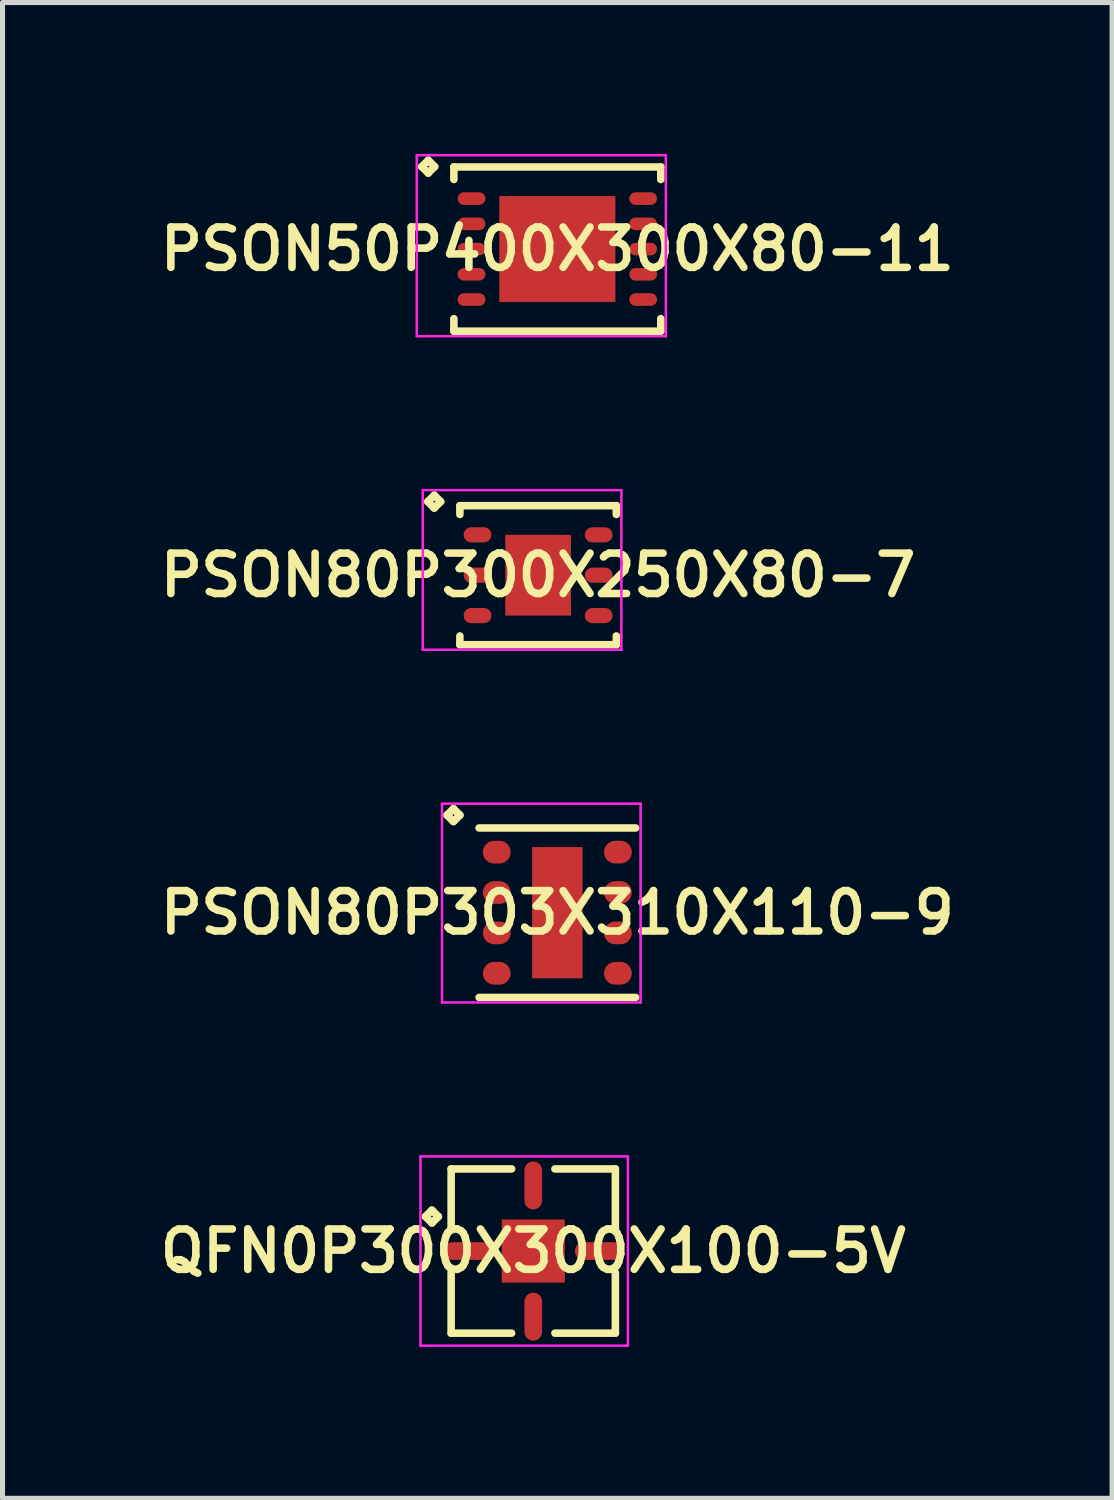
<source format=kicad_pcb>
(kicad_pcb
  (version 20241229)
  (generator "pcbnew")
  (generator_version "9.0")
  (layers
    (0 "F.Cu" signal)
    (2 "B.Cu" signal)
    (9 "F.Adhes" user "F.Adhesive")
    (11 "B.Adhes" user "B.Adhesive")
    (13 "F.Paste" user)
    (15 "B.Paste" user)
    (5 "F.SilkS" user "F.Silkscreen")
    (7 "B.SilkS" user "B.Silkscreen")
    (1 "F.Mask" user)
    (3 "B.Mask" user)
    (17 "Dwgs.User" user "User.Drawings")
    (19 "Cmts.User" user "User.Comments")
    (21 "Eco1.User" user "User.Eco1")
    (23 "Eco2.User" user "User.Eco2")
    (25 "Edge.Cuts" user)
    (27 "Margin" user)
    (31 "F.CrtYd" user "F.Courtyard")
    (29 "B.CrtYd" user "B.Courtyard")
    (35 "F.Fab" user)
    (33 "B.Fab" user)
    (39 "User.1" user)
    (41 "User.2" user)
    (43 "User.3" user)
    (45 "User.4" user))
  (footprint "PSON80P300X250X80-7"
    (layer "F.Cu")
    (at 7.612 8.347)
    (property "Reference" "PSON80P300X250X80-7" (at 0 0 0) (layer "F.SilkS") (effects (font (size 0.8 0.8) (thickness 0.15))))
    (attr smd)
    (fp_line (start -2.185 -1.458) (end -2.058 -1.585) (stroke (width 0.15) (type solid)) (layer "F.SilkS"))
    (fp_line (start -2.058 -1.585) (end -1.931 -1.458) (stroke (width 0.15) (type solid)) (layer "F.SilkS"))
    (fp_line (start -2.058 -1.331) (end -2.185 -1.458) (stroke (width 0.15) (type solid)) (layer "F.SilkS"))
    (fp_line (start -1.931 -1.458) (end -2.058 -1.331) (stroke (width 0.15) (type solid)) (layer "F.SilkS"))
    (fp_line (start -1.55 -1.377) (end 1.55 -1.377) (stroke (width 0.15) (type solid)) (layer "F.SilkS"))
    (fp_line (start -1.55 -1.204) (end -1.55 -1.377) (stroke (width 0.15) (type solid)) (layer "F.SilkS"))
    (fp_line (start -1.55 1.204) (end -1.55 1.377) (stroke (width 0.15) (type solid)) (layer "F.SilkS"))
    (fp_line (start -1.55 1.377) (end 1.55 1.377) (stroke (width 0.15) (type solid)) (layer "F.SilkS"))
    (fp_line (start 1.55 -1.377) (end 1.55 -1.204) (stroke (width 0.15) (type solid)) (layer "F.SilkS"))
    (fp_line (start 1.55 1.377) (end 1.55 1.204) (stroke (width 0.15) (type solid)) (layer "F.SilkS"))
    (fp_line (start -2.285 -1.685) (end 1.65 -1.685) (stroke (width 0.05) (type solid)) (layer "F.CrtYd"))
    (fp_line (start -2.285 1.477) (end -2.285 -1.685) (stroke (width 0.05) (type solid)) (layer "F.CrtYd"))
    (fp_line (start 1.65 -1.685) (end 1.65 1.477) (stroke (width 0.05) (type solid)) (layer "F.CrtYd"))
    (fp_line (start 1.65 1.477) (end -2.285 1.477) (stroke (width 0.05) (type solid)) (layer "F.CrtYd"))
    (pad "1" smd oval (at -1.2 -0.8) (size 0.55 0.3) (layers "F.Cu" "F.Mask" "F.Paste"))
    (pad "2" smd oval (at -1.2 0) (size 0.55 0.3) (layers "F.Cu" "F.Mask" "F.Paste"))
    (pad "3" smd oval (at -1.2 0.8) (size 0.55 0.3) (layers "F.Cu" "F.Mask" "F.Paste"))
    (pad "4" smd oval (at 1.2 0.8) (size 0.55 0.3) (layers "F.Cu" "F.Mask" "F.Paste"))
    (pad "5" smd oval (at 1.2 0) (size 0.55 0.3) (layers "F.Cu" "F.Mask" "F.Paste"))
    (pad "6" smd oval (at 1.2 -0.8) (size 0.55 0.3) (layers "F.Cu" "F.Mask" "F.Paste"))
    (pad "7" smd rect (at 0 0) (size 1.3 1.6) (layers "F.Cu" "F.Mask" "F.Paste")))
  (footprint "PSON50P400X300X80-11"
    (layer "F.Cu")
    (at 7.993 1.885)
    (property "Reference" "PSON50P400X300X80-11" (at 0 0 0) (layer "F.SilkS") (effects (font (size 0.8 0.8) (thickness 0.15))))
    (attr smd)
    (fp_line (start -2.685 -1.633) (end -2.558 -1.76) (stroke (width 0.15) (type solid)) (layer "F.SilkS"))
    (fp_line (start -2.558 -1.76) (end -2.431 -1.633) (stroke (width 0.15) (type solid)) (layer "F.SilkS"))
    (fp_line (start -2.558 -1.506) (end -2.685 -1.633) (stroke (width 0.15) (type solid)) (layer "F.SilkS"))
    (fp_line (start -2.431 -1.633) (end -2.558 -1.506) (stroke (width 0.15) (type solid)) (layer "F.SilkS"))
    (fp_line (start -2.05 -1.627) (end 2.05 -1.627) (stroke (width 0.15) (type solid)) (layer "F.SilkS"))
    (fp_line (start -2.05 -1.379) (end -2.05 -1.627) (stroke (width 0.15) (type solid)) (layer "F.SilkS"))
    (fp_line (start -2.05 1.379) (end -2.05 1.627) (stroke (width 0.15) (type solid)) (layer "F.SilkS"))
    (fp_line (start -2.05 1.627) (end 2.05 1.627) (stroke (width 0.15) (type solid)) (layer "F.SilkS"))
    (fp_line (start 2.05 -1.627) (end 2.05 -1.379) (stroke (width 0.15) (type solid)) (layer "F.SilkS"))
    (fp_line (start 2.05 1.627) (end 2.05 1.379) (stroke (width 0.15) (type solid)) (layer "F.SilkS"))
    (fp_line (start -2.785 -1.86) (end 2.15 -1.86) (stroke (width 0.05) (type solid)) (layer "F.CrtYd"))
    (fp_line (start -2.785 1.727) (end -2.785 -1.86) (stroke (width 0.05) (type solid)) (layer "F.CrtYd"))
    (fp_line (start 2.15 -1.86) (end 2.15 1.727) (stroke (width 0.05) (type solid)) (layer "F.CrtYd"))
    (fp_line (start 2.15 1.727) (end -2.785 1.727) (stroke (width 0.05) (type solid)) (layer "F.CrtYd"))
    (pad "1" smd oval (at -1.7 -1) (size 0.55 0.25) (layers "F.Cu" "F.Mask" "F.Paste"))
    (pad "2" smd oval (at -1.7 -0.5) (size 0.55 0.25) (layers "F.Cu" "F.Mask" "F.Paste"))
    (pad "3" smd oval (at -1.7 0) (size 0.55 0.25) (layers "F.Cu" "F.Mask" "F.Paste"))
    (pad "4" smd oval (at -1.7 0.5) (size 0.55 0.25) (layers "F.Cu" "F.Mask" "F.Paste"))
    (pad "5" smd oval (at -1.7 1) (size 0.55 0.25) (layers "F.Cu" "F.Mask" "F.Paste"))
    (pad "6" smd oval (at 1.7 1) (size 0.55 0.25) (layers "F.Cu" "F.Mask" "F.Paste"))
    (pad "7" smd oval (at 1.7 0.5) (size 0.55 0.25) (layers "F.Cu" "F.Mask" "F.Paste"))
    (pad "8" smd oval (at 1.7 0) (size 0.55 0.25) (layers "F.Cu" "F.Mask" "F.Paste"))
    (pad "9" smd oval (at 1.7 -0.5) (size 0.55 0.25) (layers "F.Cu" "F.Mask" "F.Paste"))
    (pad "10" smd oval (at 1.7 -1) (size 0.55 0.25) (layers "F.Cu" "F.Mask" "F.Paste"))
    (pad "11" smd rect (at 0 0) (size 2.3 2.1) (layers "F.Cu" "F.Mask" "F.Paste")))
  (footprint "QFN0P300X300X100-5V"
    (layer "F.Cu")
    (at 7.516 21.738)
    (property "Reference" "QFN0P300X300X100-5V" (at 0 0 0) (layer "F.SilkS") (effects (font (size 0.8 0.8) (thickness 0.15))))
    (attr smd)
    (fp_line (start -2.135 -0.683) (end -2.008 -0.81) (stroke (width 0.15) (type solid)) (layer "F.SilkS"))
    (fp_line (start -2.008 -0.81) (end -1.881 -0.683) (stroke (width 0.15) (type solid)) (layer "F.SilkS"))
    (fp_line (start -2.008 -0.556) (end -2.135 -0.683) (stroke (width 0.15) (type solid)) (layer "F.SilkS"))
    (fp_line (start -1.881 -0.683) (end -2.008 -0.556) (stroke (width 0.15) (type solid)) (layer "F.SilkS"))
    (fp_line (start -1.627 -1.627) (end -0.429 -1.627) (stroke (width 0.15) (type solid)) (layer "F.SilkS"))
    (fp_line (start -1.627 -0.429) (end -1.627 -1.627) (stroke (width 0.15) (type solid)) (layer "F.SilkS"))
    (fp_line (start -1.627 0.429) (end -1.627 1.627) (stroke (width 0.15) (type solid)) (layer "F.SilkS"))
    (fp_line (start -1.627 1.627) (end -0.429 1.627) (stroke (width 0.15) (type solid)) (layer "F.SilkS"))
    (fp_line (start 0.429 -1.627) (end 1.627 -1.627) (stroke (width 0.15) (type solid)) (layer "F.SilkS"))
    (fp_line (start 0.429 1.627) (end 1.627 1.627) (stroke (width 0.15) (type solid)) (layer "F.SilkS"))
    (fp_line (start 1.627 -1.627) (end 1.627 -0.429) (stroke (width 0.15) (type solid)) (layer "F.SilkS"))
    (fp_line (start 1.627 1.627) (end 1.627 0.429) (stroke (width 0.15) (type solid)) (layer "F.SilkS"))
    (fp_line (start -2.235 -1.875) (end 1.875 -1.875) (stroke (width 0.05) (type solid)) (layer "F.CrtYd"))
    (fp_line (start -2.235 1.875) (end -2.235 -1.875) (stroke (width 0.05) (type solid)) (layer "F.CrtYd"))
    (fp_line (start 1.875 -1.875) (end 1.875 1.875) (stroke (width 0.05) (type solid)) (layer "F.CrtYd"))
    (fp_line (start 1.875 1.875) (end -2.235 1.875) (stroke (width 0.05) (type solid)) (layer "F.CrtYd"))
    (pad "1" smd oval (at -1.3 0) (size 0.95 0.35) (layers "F.Cu" "F.Mask" "F.Paste"))
    (pad "2" smd oval (at 0 1.3) (size 0.35 0.95) (layers "F.Cu" "F.Mask" "F.Paste"))
    (pad "3" smd oval (at 1.3 0) (size 0.95 0.35) (layers "F.Cu" "F.Mask" "F.Paste"))
    (pad "4" smd oval (at 0 -1.3) (size 0.35 0.95) (layers "F.Cu" "F.Mask" "F.Paste"))
    (pad "5" smd rect (at 0 0) (size 1.25 1.25) (layers "F.Cu" "F.Mask" "F.Paste")))
  (footprint "PSON80P303X310X110-9"
    (layer "F.Cu")
    (at 7.993 15.034)
    (property "Reference" "PSON80P303X310X110-9" (at 0 0 0) (layer "F.SilkS") (effects (font (size 0.8 0.8) (thickness 0.15))))
    (attr smd)
    (fp_line (start -2.185 -1.933) (end -2.058 -2.06) (stroke (width 0.15) (type solid)) (layer "F.SilkS"))
    (fp_line (start -2.058 -2.06) (end -1.931 -1.933) (stroke (width 0.15) (type solid)) (layer "F.SilkS"))
    (fp_line (start -2.058 -1.806) (end -2.185 -1.933) (stroke (width 0.15) (type solid)) (layer "F.SilkS"))
    (fp_line (start -1.931 -1.933) (end -2.058 -1.806) (stroke (width 0.15) (type solid)) (layer "F.SilkS"))
    (fp_line (start -1.55 -1.679) (end 1.55 -1.679) (stroke (width 0.15) (type solid)) (layer "F.SilkS"))
    (fp_line (start -1.55 1.679) (end 1.55 1.679) (stroke (width 0.15) (type solid)) (layer "F.SilkS"))
    (fp_line (start -2.285 -2.16) (end 1.65 -2.16) (stroke (width 0.05) (type solid)) (layer "F.CrtYd"))
    (fp_line (start -2.285 1.779) (end -2.285 -2.16) (stroke (width 0.05) (type solid)) (layer "F.CrtYd"))
    (fp_line (start 1.65 -2.16) (end 1.65 1.779) (stroke (width 0.05) (type solid)) (layer "F.CrtYd"))
    (fp_line (start 1.65 1.779) (end -2.285 1.779) (stroke (width 0.05) (type solid)) (layer "F.CrtYd"))
    (pad "1" smd oval (at -1.2 -1.2) (size 0.55 0.45) (layers "F.Cu" "F.Mask" "F.Paste"))
    (pad "2" smd oval (at -1.2 -0.4) (size 0.55 0.45) (layers "F.Cu" "F.Mask" "F.Paste"))
    (pad "3" smd oval (at -1.2 0.4) (size 0.55 0.45) (layers "F.Cu" "F.Mask" "F.Paste"))
    (pad "4" smd oval (at -1.2 1.2) (size 0.55 0.45) (layers "F.Cu" "F.Mask" "F.Paste"))
    (pad "5" smd oval (at 1.2 1.2) (size 0.55 0.45) (layers "F.Cu" "F.Mask" "F.Paste"))
    (pad "6" smd oval (at 1.2 0.4) (size 0.55 0.45) (layers "F.Cu" "F.Mask" "F.Paste"))
    (pad "7" smd oval (at 1.2 -0.4) (size 0.55 0.45) (layers "F.Cu" "F.Mask" "F.Paste"))
    (pad "8" smd oval (at 1.2 -1.2) (size 0.55 0.45) (layers "F.Cu" "F.Mask" "F.Paste"))
    (pad "9" smd rect (at 0 0) (size 1 2.6) (layers "F.Cu" "F.Mask" "F.Paste")))
  (gr_rect
    (start -3 -3)
    (end 18.985 26.638)
    (stroke (width 0.1) (type default))
    (fill no)
    (layer "Edge.Cuts")))
</source>
